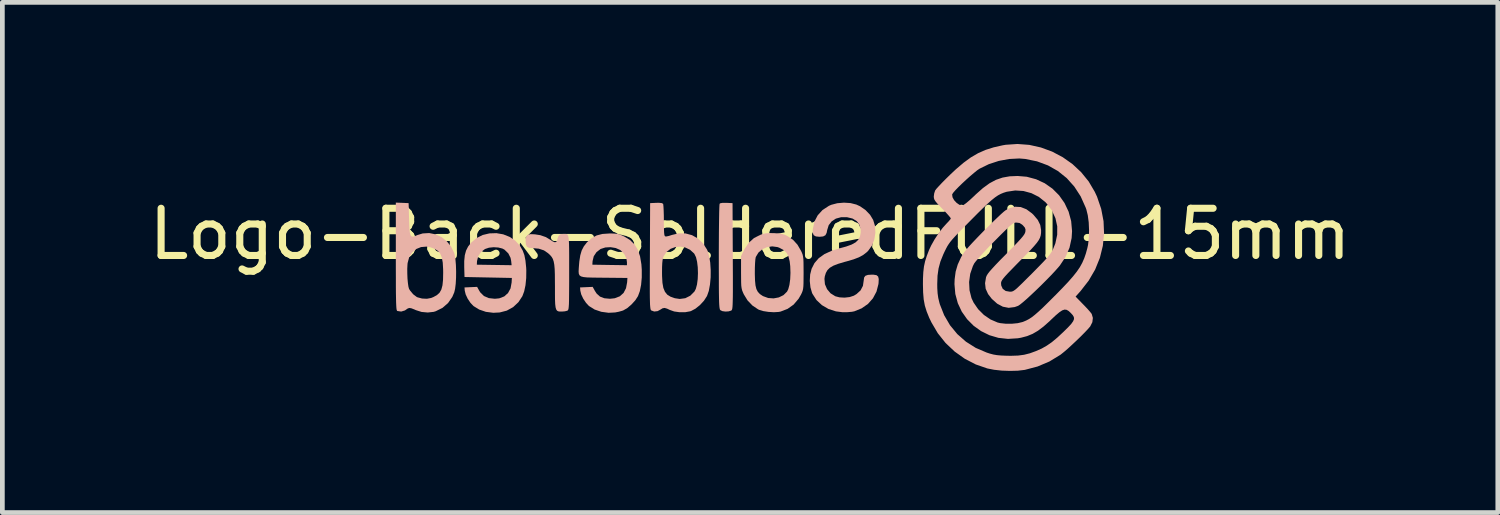
<source format=kicad_pcb>
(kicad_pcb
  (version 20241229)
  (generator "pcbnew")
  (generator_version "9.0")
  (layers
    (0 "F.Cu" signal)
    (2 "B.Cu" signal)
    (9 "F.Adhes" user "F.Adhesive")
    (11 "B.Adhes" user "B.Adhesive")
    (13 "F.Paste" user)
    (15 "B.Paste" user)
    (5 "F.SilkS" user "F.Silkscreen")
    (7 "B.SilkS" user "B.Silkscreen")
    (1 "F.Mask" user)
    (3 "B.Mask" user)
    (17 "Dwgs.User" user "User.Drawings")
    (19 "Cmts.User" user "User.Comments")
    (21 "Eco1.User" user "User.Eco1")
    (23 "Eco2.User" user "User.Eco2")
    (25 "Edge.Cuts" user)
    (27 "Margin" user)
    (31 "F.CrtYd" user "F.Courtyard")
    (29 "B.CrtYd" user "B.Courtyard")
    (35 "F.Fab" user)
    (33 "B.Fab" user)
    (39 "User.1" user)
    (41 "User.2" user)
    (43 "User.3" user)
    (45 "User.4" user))
  (footprint "Logo-Back-SolderedFULL-15mm"
    (layer "F.Cu")
    (at 12.839 2.407)
    (property "Reference" "Logo-Back-SolderedFULL-15mm" (at 0 -0.5 0) (unlocked yes) (layer "F.SilkS") (effects (font (size 1 1) (thickness 0.15))))
    (attr board_only exclude_from_pos_files exclude_from_bom)
    (fp_poly (pts (xy -0.631 -1.151) (xy -0.645 -1.14) (xy -0.648 -1.115) (xy -0.651 -1.054) (xy -0.654 -0.961) (xy -0.656 -0.838) (xy -0.658 -0.691) (xy -0.66 -0.522) (xy -0.661 -0.336) (xy -0.662 -0.135) (xy -0.662 -0.016) (xy -0.662 0.224) (xy -0.661 0.427) (xy -0.661 0.596) (xy -0.66 0.735) (xy -0.658 0.846) (xy -0.656 0.933) (xy -0.653 0.998) (xy -0.649 1.046) (xy -0.644 1.078) (xy -0.639 1.098) (xy -0.632 1.11) (xy -0.631 1.112) (xy -0.587 1.134) (xy -0.522 1.143) (xy -0.455 1.139) (xy -0.401 1.123) (xy -0.395 1.119) (xy -0.388 1.111) (xy -0.381 1.097) (xy -0.376 1.075) (xy -0.372 1.04) (xy -0.369 0.99) (xy -0.367 0.922) (xy -0.365 0.832) (xy -0.364 0.718) (xy -0.364 0.576) (xy -0.364 0.403) (xy -0.365 0.195) (xy -0.366 -0.03) (xy -0.371 -1.154) (xy -0.5 -1.16) (xy -0.583 -1.16)) (stroke (width 0) (type solid)) (fill yes) (layer "B.SilkS"))
    (fp_poly (pts (xy -3.936 -0.502) (xy -3.962 -0.502) (xy -4.02 -0.493) (xy -4.056 -0.462) (xy -4.079 -0.401) (xy -4.082 -0.386) (xy -4.101 -0.338) (xy -4.132 -0.324) (xy -4.179 -0.342) (xy -4.221 -0.371) (xy -4.325 -0.434) (xy -4.443 -0.475) (xy -4.558 -0.493) (xy -4.649 -0.497) (xy -4.708 -0.482) (xy -4.742 -0.446) (xy -4.754 -0.384) (xy -4.755 -0.358) (xy -4.749 -0.278) (xy -4.727 -0.23) (xy -4.682 -0.207) (xy -4.609 -0.201) (xy -4.475 -0.189) (xy -4.366 -0.153) (xy -4.28 -0.094) (xy -4.237 -0.055) (xy -4.203 -0.015) (xy -4.178 0.028) (xy -4.16 0.082) (xy -4.147 0.152) (xy -4.139 0.242) (xy -4.135 0.359) (xy -4.134 0.507) (xy -4.133 0.605) (xy -4.133 0.766) (xy -4.132 0.891) (xy -4.128 0.985) (xy -4.12 1.052) (xy -4.107 1.097) (xy -4.089 1.124) (xy -4.063 1.138) (xy -4.029 1.143) (xy -3.986 1.143) (xy -3.924 1.138) (xy -3.875 1.126) (xy -3.867 1.122) (xy -3.858 1.114) (xy -3.851 1.101) (xy -3.845 1.077) (xy -3.841 1.039) (xy -3.837 0.984) (xy -3.835 0.908) (xy -3.834 0.807) (xy -3.833 0.676) (xy -3.832 0.514) (xy -3.832 0.315) (xy -3.832 0.312) (xy -3.832 0.11) (xy -3.832 -0.056) (xy -3.833 -0.189) (xy -3.835 -0.293) (xy -3.839 -0.371) (xy -3.846 -0.427) (xy -3.855 -0.464) (xy -3.868 -0.487) (xy -3.886 -0.498) (xy -3.908 -0.502)) (stroke (width 0) (type solid)) (fill yes) (layer "B.SilkS"))
    (fp_poly (pts (xy -5.521 -0.513) (xy -5.664 -0.479) (xy -5.794 -0.414) (xy -5.907 -0.319) (xy -5.909 -0.316) (xy -5.973 -0.234) (xy -6.016 -0.149) (xy -6.043 -0.05) (xy -6.055 0.072) (xy -6.055 0.203) (xy -6.049 0.411) (xy -5.547 0.421) (xy -5.046 0.431) (xy -5.051 0.527) (xy -5.074 0.652) (xy -5.127 0.75) (xy -5.207 0.822) (xy -5.313 0.863) (xy -5.407 0.872) (xy -5.535 0.858) (xy -5.637 0.814) (xy -5.713 0.739) (xy -5.735 0.705) (xy -5.782 0.62) (xy -5.916 0.626) (xy -6.049 0.632) (xy -6.044 0.7) (xy -6.024 0.781) (xy -5.981 0.872) (xy -5.923 0.958) (xy -5.859 1.026) (xy -5.859 1.026) (xy -5.739 1.1) (xy -5.596 1.149) (xy -5.439 1.169) (xy -5.303 1.162) (xy -5.153 1.123) (xy -5.019 1.049) (xy -4.906 0.943) (xy -4.823 0.817) (xy -4.785 0.715) (xy -4.757 0.584) (xy -4.742 0.433) (xy -4.74 0.272) (xy -4.743 0.208) (xy -4.748 0.161) (xy -5.051 0.161) (xy -5.788 0.15) (xy -5.784 0.073) (xy -5.758 -0.029) (xy -5.7 -0.117) (xy -5.615 -0.182) (xy -5.612 -0.183) (xy -5.531 -0.21) (xy -5.433 -0.22) (xy -5.334 -0.214) (xy -5.247 -0.192) (xy -5.203 -0.169) (xy -5.121 -0.089) (xy -5.074 0.004) (xy -5.061 0.068) (xy -5.051 0.161) (xy -4.748 0.161) (xy -4.758 0.063) (xy -4.781 -0.053) (xy -4.816 -0.149) (xy -4.867 -0.238) (xy -4.873 -0.248) (xy -4.972 -0.358) (xy -5.093 -0.439) (xy -5.229 -0.493) (xy -5.374 -0.518)) (stroke (width 0) (type solid)) (fill yes) (layer "B.SilkS"))
    (fp_poly (pts (xy -3.128 -0.501) (xy -3.249 -0.47) (xy -3.352 -0.415) (xy -3.446 -0.333) (xy -3.46 -0.318) (xy -3.522 -0.237) (xy -3.567 -0.15) (xy -3.597 -0.047) (xy -3.617 0.082) (xy -3.623 0.152) (xy -3.629 0.232) (xy -3.632 0.294) (xy -3.628 0.341) (xy -3.613 0.375) (xy -3.581 0.398) (xy -3.529 0.412) (xy -3.453 0.42) (xy -3.348 0.423) (xy -3.211 0.425) (xy -3.094 0.426) (xy -2.598 0.431) (xy -2.604 0.522) (xy -2.628 0.649) (xy -2.68 0.749) (xy -2.76 0.82) (xy -2.867 0.861) (xy -2.968 0.872) (xy -3.087 0.861) (xy -3.179 0.826) (xy -3.25 0.762) (xy -3.287 0.705) (xy -3.334 0.62) (xy -3.468 0.626) (xy -3.601 0.632) (xy -3.596 0.7) (xy -3.576 0.781) (xy -3.533 0.872) (xy -3.475 0.958) (xy -3.412 1.026) (xy -3.411 1.026) (xy -3.293 1.1) (xy -3.151 1.148) (xy -2.996 1.169) (xy -2.859 1.162) (xy -2.782 1.147) (xy -2.707 1.126) (xy -2.685 1.118) (xy -2.599 1.068) (xy -2.511 0.992) (xy -2.431 0.904) (xy -2.374 0.816) (xy -2.335 0.71) (xy -2.308 0.575) (xy -2.294 0.42) (xy -2.294 0.256) (xy -2.302 0.142) (xy -2.309 0.1) (xy -2.608 0.1) (xy -2.608 0.161) (xy -2.974 0.156) (xy -3.341 0.15) (xy -3.336 0.073) (xy -3.311 -0.029) (xy -3.252 -0.117) (xy -3.167 -0.182) (xy -3.165 -0.183) (xy -3.066 -0.215) (xy -2.955 -0.221) (xy -2.846 -0.203) (xy -2.753 -0.162) (xy -2.739 -0.152) (xy -2.663 -0.071) (xy -2.618 0.026) (xy -2.608 0.1) (xy -2.309 0.1) (xy -2.331 -0.029) (xy -2.379 -0.169) (xy -2.45 -0.282) (xy -2.545 -0.374) (xy -2.664 -0.446) (xy -2.733 -0.478) (xy -2.79 -0.498) (xy -2.85 -0.507) (xy -2.926 -0.511) (xy -2.979 -0.511)) (stroke (width 0) (type solid)) (fill yes) (layer "B.SilkS"))
    (fp_poly (pts (xy 0.337 -0.515) (xy 0.272 -0.501) (xy 0.219 -0.483) (xy 0.083 -0.414) (xy -0.026 -0.316) (xy -0.114 -0.187) (xy -0.125 -0.165) (xy -0.191 -0.031) (xy -0.191 0.311) (xy -0.19 0.436) (xy -0.189 0.529) (xy -0.186 0.597) (xy -0.179 0.648) (xy -0.169 0.691) (xy -0.153 0.732) (xy -0.133 0.777) (xy -0.054 0.906) (xy 0.051 1.016) (xy 0.172 1.097) (xy 0.194 1.107) (xy 0.28 1.133) (xy 0.389 1.15) (xy 0.503 1.157) (xy 0.606 1.151) (xy 0.647 1.143) (xy 0.795 1.086) (xy 0.923 0.995) (xy 1.028 0.872) (xy 1.079 0.784) (xy 1.099 0.742) (xy 1.113 0.705) (xy 1.123 0.664) (xy 1.129 0.613) (xy 1.132 0.545) (xy 1.133 0.451) (xy 1.134 0.324) (xy 1.134 0.324) (xy 0.856 0.324) (xy 0.85 0.459) (xy 0.834 0.577) (xy 0.809 0.67) (xy 0.783 0.721) (xy 0.708 0.795) (xy 0.61 0.843) (xy 0.499 0.864) (xy 0.384 0.856) (xy 0.277 0.817) (xy 0.266 0.811) (xy 0.207 0.771) (xy 0.164 0.724) (xy 0.134 0.666) (xy 0.115 0.588) (xy 0.105 0.485) (xy 0.101 0.35) (xy 0.101 0.317) (xy 0.102 0.211) (xy 0.106 0.115) (xy 0.112 0.039) (xy 0.12 -0.009) (xy 0.122 -0.014) (xy 0.177 -0.106) (xy 0.259 -0.176) (xy 0.359 -0.221) (xy 0.469 -0.238) (xy 0.581 -0.223) (xy 0.617 -0.21) (xy 0.706 -0.163) (xy 0.77 -0.104) (xy 0.813 -0.026) (xy 0.839 0.079) (xy 0.851 0.181) (xy 0.856 0.324) (xy 1.134 0.324) (xy 1.134 0.321) (xy 1.133 0.193) (xy 1.132 0.098) (xy 1.129 0.028) (xy 1.122 -0.024) (xy 1.113 -0.065) (xy 1.098 -0.104) (xy 1.081 -0.141) (xy 1.004 -0.274) (xy 0.91 -0.377) (xy 0.799 -0.452) (xy 0.738 -0.482) (xy 0.68 -0.5) (xy 0.61 -0.511) (xy 0.515 -0.518) (xy 0.512 -0.518) (xy 0.412 -0.52)) (stroke (width 0) (type solid)) (fill yes) (layer "B.SilkS"))
    (fp_poly (pts (xy -7.504 -0.023) (xy -7.504 0.222) (xy -7.503 0.429) (xy -7.503 0.603) (xy -7.502 0.745) (xy -7.5 0.86) (xy -7.498 0.949) (xy -7.495 1.017) (xy -7.492 1.065) (xy -7.488 1.098) (xy -7.482 1.118) (xy -7.476 1.129) (xy -7.472 1.131) (xy -7.39 1.143) (xy -7.311 1.119) (xy -7.288 1.103) (xy -7.25 1.077) (xy -7.216 1.067) (xy -7.174 1.074) (xy -7.112 1.098) (xy -7.079 1.113) (xy -6.959 1.151) (xy -6.828 1.163) (xy -6.701 1.149) (xy -6.659 1.136) (xy -6.516 1.065) (xy -6.398 0.963) (xy -6.308 0.833) (xy -6.266 0.736) (xy -6.248 0.658) (xy -6.235 0.551) (xy -6.228 0.424) (xy -6.227 0.32) (xy -6.501 0.32) (xy -6.504 0.471) (xy -6.516 0.588) (xy -6.54 0.677) (xy -6.578 0.744) (xy -6.634 0.795) (xy -6.709 0.836) (xy -6.756 0.855) (xy -6.846 0.872) (xy -6.948 0.867) (xy -7.042 0.842) (xy -7.062 0.833) (xy -7.136 0.777) (xy -7.202 0.698) (xy -7.224 0.662) (xy -7.237 0.616) (xy -7.248 0.539) (xy -7.257 0.444) (xy -7.261 0.339) (xy -7.262 0.236) (xy -7.257 0.144) (xy -7.254 0.114) (xy -7.221 -0.008) (xy -7.159 -0.108) (xy -7.074 -0.181) (xy -6.97 -0.223) (xy -6.854 -0.233) (xy -6.775 -0.219) (xy -6.684 -0.187) (xy -6.615 -0.144) (xy -6.564 -0.084) (xy -6.53 -0.002) (xy -6.51 0.106) (xy -6.502 0.247) (xy -6.501 0.32) (xy -6.227 0.32) (xy -6.227 0.29) (xy -6.231 0.158) (xy -6.241 0.039) (xy -6.256 -0.057) (xy -6.266 -0.096) (xy -6.333 -0.233) (xy -6.425 -0.347) (xy -6.536 -0.435) (xy -6.662 -0.493) (xy -6.797 -0.52) (xy -6.934 -0.512) (xy -7.046 -0.478) (xy -7.101 -0.455) (xy -7.143 -0.445) (xy -7.173 -0.45) (xy -7.193 -0.476) (xy -7.206 -0.527) (xy -7.215 -0.607) (xy -7.22 -0.719) (xy -7.223 -0.815) (xy -7.233 -1.154) (xy -7.368 -1.16) (xy -7.504 -1.165)) (stroke (width 0) (type solid)) (fill yes) (layer "B.SilkS"))
    (fp_poly (pts (xy -1.988 -1.16) (xy -2.117 -1.154) (xy -2.122 -0.03) (xy -2.123 0.212) (xy -2.124 0.416) (xy -2.124 0.587) (xy -2.124 0.727) (xy -2.123 0.84) (xy -2.121 0.928) (xy -2.119 0.995) (xy -2.115 1.043) (xy -2.111 1.077) (xy -2.106 1.099) (xy -2.1 1.112) (xy -2.093 1.119) (xy -2.031 1.142) (xy -1.959 1.134) (xy -1.901 1.103) (xy -1.854 1.074) (xy -1.81 1.066) (xy -1.756 1.082) (xy -1.701 1.108) (xy -1.608 1.141) (xy -1.494 1.157) (xy -1.376 1.157) (xy -1.27 1.138) (xy -1.249 1.131) (xy -1.157 1.082) (xy -1.062 1.006) (xy -0.977 0.914) (xy -0.915 0.818) (xy -0.912 0.813) (xy -0.874 0.706) (xy -0.849 0.571) (xy -0.835 0.419) (xy -0.834 0.331) (xy -1.104 0.331) (xy -1.109 0.455) (xy -1.124 0.569) (xy -1.149 0.662) (xy -1.177 0.717) (xy -1.266 0.807) (xy -1.372 0.86) (xy -1.49 0.876) (xy -1.595 0.86) (xy -1.685 0.828) (xy -1.754 0.785) (xy -1.803 0.724) (xy -1.837 0.642) (xy -1.856 0.534) (xy -1.864 0.393) (xy -1.865 0.321) (xy -1.864 0.203) (xy -1.86 0.116) (xy -1.853 0.052) (xy -1.842 0.004) (xy -1.828 -0.032) (xy -1.767 -0.122) (xy -1.683 -0.186) (xy -1.584 -0.223) (xy -1.477 -0.232) (xy -1.37 -0.213) (xy -1.271 -0.165) (xy -1.187 -0.089) (xy -1.178 -0.076) (xy -1.145 -0.008) (xy -1.122 0.089) (xy -1.108 0.205) (xy -1.104 0.331) (xy -0.834 0.331) (xy -0.834 0.26) (xy -0.844 0.105) (xy -0.867 -0.035) (xy -0.903 -0.15) (xy -0.913 -0.172) (xy -0.997 -0.302) (xy -1.104 -0.404) (xy -1.229 -0.475) (xy -1.367 -0.512) (xy -1.512 -0.514) (xy -1.655 -0.48) (xy -1.72 -0.459) (xy -1.773 -0.448) (xy -1.797 -0.449) (xy -1.808 -0.46) (xy -1.816 -0.487) (xy -1.821 -0.534) (xy -1.824 -0.608) (xy -1.826 -0.714) (xy -1.826 -0.787) (xy -1.827 -0.899) (xy -1.83 -0.997) (xy -1.834 -1.075) (xy -1.839 -1.126) (xy -1.843 -1.14) (xy -1.871 -1.155) (xy -1.932 -1.161)) (stroke (width 0) (type solid)) (fill yes) (layer "B.SilkS"))
    (fp_poly (pts (xy 1.848 -1.152) (xy 1.722 -1.119) (xy 1.671 -1.097) (xy 1.535 -1.008) (xy 1.433 -0.896) (xy 1.364 -0.764) (xy 1.33 -0.609) (xy 1.329 -0.607) (xy 1.328 -0.526) (xy 1.347 -0.475) (xy 1.393 -0.449) (xy 1.47 -0.441) (xy 1.47 -0.441) (xy 1.547 -0.448) (xy 1.595 -0.473) (xy 1.622 -0.523) (xy 1.634 -0.584) (xy 1.666 -0.687) (xy 1.729 -0.768) (xy 1.818 -0.826) (xy 1.929 -0.856) (xy 2.053 -0.856) (xy 2.172 -0.827) (xy 2.261 -0.772) (xy 2.318 -0.693) (xy 2.343 -0.592) (xy 2.343 -0.528) (xy 2.328 -0.446) (xy 2.293 -0.379) (xy 2.236 -0.323) (xy 2.151 -0.276) (xy 2.034 -0.234) (xy 1.918 -0.203) (xy 1.729 -0.145) (xy 1.575 -0.074) (xy 1.455 0.012) (xy 1.365 0.116) (xy 1.304 0.236) (xy 1.273 0.358) (xy 1.265 0.494) (xy 1.279 0.629) (xy 1.313 0.748) (xy 1.322 0.767) (xy 1.407 0.899) (xy 1.522 1.007) (xy 1.661 1.088) (xy 1.819 1.139) (xy 1.952 1.156) (xy 2.06 1.156) (xy 2.156 1.148) (xy 2.208 1.138) (xy 2.365 1.074) (xy 2.498 0.981) (xy 2.603 0.862) (xy 2.678 0.721) (xy 2.719 0.563) (xy 2.722 0.539) (xy 2.726 0.454) (xy 2.713 0.401) (xy 2.678 0.372) (xy 2.616 0.362) (xy 2.584 0.361) (xy 2.498 0.366) (xy 2.443 0.385) (xy 2.416 0.422) (xy 2.408 0.481) (xy 2.408 0.481) (xy 2.391 0.598) (xy 2.341 0.694) (xy 2.256 0.772) (xy 2.198 0.807) (xy 2.109 0.836) (xy 2.002 0.848) (xy 1.895 0.842) (xy 1.806 0.819) (xy 1.705 0.756) (xy 1.631 0.668) (xy 1.586 0.564) (xy 1.576 0.451) (xy 1.583 0.398) (xy 1.606 0.324) (xy 1.64 0.264) (xy 1.69 0.215) (xy 1.763 0.172) (xy 1.863 0.133) (xy 1.996 0.093) (xy 2.049 0.079) (xy 2.193 0.037) (xy 2.305 -0.006) (xy 2.394 -0.054) (xy 2.468 -0.111) (xy 2.502 -0.144) (xy 2.582 -0.255) (xy 2.633 -0.386) (xy 2.655 -0.528) (xy 2.646 -0.672) (xy 2.608 -0.798) (xy 2.542 -0.907) (xy 2.446 -1.007) (xy 2.331 -1.087) (xy 2.251 -1.124) (xy 2.128 -1.155) (xy 1.989 -1.164)) (stroke (width 0) (type solid)) (fill yes) (layer "B.SilkS"))
    (fp_poly (pts (xy 5.415 -2.39) (xy 5.351 -2.379) (xy 5.161 -2.336) (xy 4.99 -2.282) (xy 4.831 -2.212) (xy 4.678 -2.123) (xy 4.522 -2.009) (xy 4.358 -1.869) (xy 4.239 -1.757) (xy 4.148 -1.668) (xy 4.066 -1.585) (xy 3.998 -1.513) (xy 3.948 -1.458) (xy 3.922 -1.424) (xy 3.921 -1.422) (xy 3.901 -1.362) (xy 3.892 -1.295) (xy 3.892 -1.292) (xy 3.895 -1.259) (xy 3.906 -1.226) (xy 3.93 -1.189) (xy 3.972 -1.139) (xy 4.037 -1.071) (xy 4.073 -1.034) (xy 4.141 -0.964) (xy 4.197 -0.902) (xy 4.236 -0.856) (xy 4.253 -0.832) (xy 4.253 -0.831) (xy 4.24 -0.807) (xy 4.205 -0.766) (xy 4.162 -0.721) (xy 4.08 -0.63) (xy 3.993 -0.514) (xy 3.909 -0.386) (xy 3.837 -0.258) (xy 3.794 -0.167) (xy 3.744 -0.037) (xy 3.708 0.077) (xy 3.684 0.187) (xy 3.67 0.306) (xy 3.663 0.445) (xy 3.662 0.562) (xy 3.666 0.737) (xy 3.678 0.884) (xy 3.702 1.015) (xy 3.741 1.141) (xy 3.795 1.275) (xy 3.843 1.374) (xy 3.977 1.602) (xy 4.142 1.809) (xy 4.334 1.99) (xy 4.549 2.143) (xy 4.781 2.263) (xy 5.026 2.348) (xy 5.168 2.376) (xy 5.332 2.394) (xy 5.505 2.4) (xy 5.67 2.396) (xy 5.814 2.379) (xy 5.821 2.378) (xy 6.09 2.307) (xy 6.341 2.201) (xy 6.574 2.059) (xy 6.592 2.045) (xy 6.653 1.996) (xy 6.732 1.928) (xy 6.821 1.846) (xy 6.916 1.757) (xy 7.008 1.668) (xy 7.09 1.585) (xy 7.157 1.514) (xy 7.202 1.462) (xy 7.206 1.457) (xy 7.251 1.368) (xy 7.259 1.301) (xy 6.863 1.301) (xy 6.844 1.348) (xy 6.802 1.407) (xy 6.733 1.481) (xy 6.636 1.576) (xy 6.635 1.577) (xy 6.506 1.697) (xy 6.393 1.791) (xy 6.286 1.865) (xy 6.179 1.926) (xy 6.061 1.978) (xy 6.057 1.98) (xy 5.928 2.027) (xy 5.806 2.058) (xy 5.679 2.075) (xy 5.533 2.08) (xy 5.437 2.079) (xy 5.32 2.074) (xy 5.23 2.066) (xy 5.154 2.053) (xy 5.078 2.033) (xy 5.011 2.011) (xy 4.78 1.912) (xy 4.573 1.781) (xy 4.39 1.62) (xy 4.236 1.433) (xy 4.112 1.221) (xy 4.02 0.988) (xy 4.01 0.952) (xy 3.987 0.856) (xy 3.973 0.759) (xy 3.966 0.648) (xy 3.965 0.562) (xy 3.971 0.384) (xy 3.993 0.23) (xy 4.032 0.084) (xy 4.094 -0.07) (xy 4.127 -0.14) (xy 4.154 -0.194) (xy 4.179 -0.241) (xy 4.207 -0.285) (xy 4.24 -0.331) (xy 4.282 -0.382) (xy 4.337 -0.443) (xy 4.408 -0.519) (xy 4.499 -0.612) (xy 4.613 -0.727) (xy 4.68 -0.795) (xy 4.821 -0.937) (xy 4.939 -1.053) (xy 5.037 -1.146) (xy 5.119 -1.219) (xy 5.19 -1.276) (xy 5.252 -1.318) (xy 5.31 -1.349) (xy 5.368 -1.373) (xy 5.43 -1.393) (xy 5.444 -1.396) (xy 5.617 -1.422) (xy 5.791 -1.411) (xy 5.96 -1.365) (xy 6.117 -1.286) (xy 6.254 -1.177) (xy 6.28 -1.149) (xy 6.394 -0.998) (xy 6.469 -0.834) (xy 6.507 -0.662) (xy 6.506 -0.483) (xy 6.467 -0.301) (xy 6.42 -0.183) (xy 6.397 -0.139) (xy 6.369 -0.094) (xy 6.333 -0.045) (xy 6.284 0.013) (xy 6.219 0.084) (xy 6.133 0.173) (xy 6.025 0.283) (xy 5.973 0.336) (xy 5.858 0.45) (xy 5.768 0.54) (xy 5.698 0.607) (xy 5.646 0.656) (xy 5.606 0.688) (xy 5.575 0.708) (xy 5.55 0.718) (xy 5.526 0.722) (xy 5.501 0.722) (xy 5.415 0.707) (xy 5.353 0.662) (xy 5.321 0.592) (xy 5.317 0.55) (xy 5.318 0.526) (xy 5.325 0.503) (xy 5.34 0.475) (xy 5.366 0.439) (xy 5.406 0.392) (xy 5.464 0.329) (xy 5.543 0.248) (xy 5.644 0.144) (xy 5.715 0.072) (xy 5.841 -0.056) (xy 5.941 -0.16) (xy 6.018 -0.245) (xy 6.076 -0.314) (xy 6.116 -0.371) (xy 6.142 -0.422) (xy 6.157 -0.47) (xy 6.164 -0.52) (xy 6.165 -0.575) (xy 6.165 -0.583) (xy 6.147 -0.692) (xy 6.095 -0.798) (xy 6.005 -0.905) (xy 5.972 -0.937) (xy 5.854 -1.024) (xy 5.734 -1.071) (xy 5.613 -1.078) (xy 5.492 -1.046) (xy 5.412 -1.002) (xy 5.374 -0.972) (xy 5.313 -0.918) (xy 5.234 -0.843) (xy 5.14 -0.753) (xy 5.038 -0.652) (xy 4.933 -0.547) (xy 4.81 -0.42) (xy 4.712 -0.317) (xy 4.635 -0.233) (xy 4.576 -0.165) (xy 4.531 -0.106) (xy 4.496 -0.054) (xy 4.47 -0.008) (xy 4.399 0.147) (xy 4.355 0.297) (xy 4.334 0.458) (xy 4.33 0.562) (xy 4.348 0.77) (xy 4.401 0.966) (xy 4.485 1.145) (xy 4.598 1.305) (xy 4.736 1.444) (xy 4.894 1.557) (xy 5.071 1.644) (xy 5.261 1.7) (xy 5.463 1.722) (xy 5.671 1.709) (xy 5.74 1.697) (xy 5.869 1.663) (xy 5.986 1.615) (xy 6.099 1.549) (xy 6.217 1.46) (xy 6.348 1.344) (xy 6.373 1.319) (xy 6.473 1.225) (xy 6.551 1.159) (xy 6.612 1.118) (xy 6.662 1.101) (xy 6.706 1.106) (xy 6.749 1.131) (xy 6.793 1.172) (xy 6.835 1.218) (xy 6.859 1.259) (xy 6.863 1.301) (xy 7.259 1.301) (xy 7.262 1.278) (xy 7.238 1.196) (xy 7.23 1.183) (xy 7.202 1.148) (xy 7.154 1.093) (xy 7.092 1.027) (xy 7.046 0.98) (xy 6.896 0.826) (xy 7.001 0.709) (xy 7.173 0.488) (xy 7.31 0.253) (xy 7.41 0.006) (xy 7.473 -0.249) (xy 7.499 -0.509) (xy 7.496 -0.583) (xy 7.181 -0.583) (xy 7.177 -0.421) (xy 7.16 -0.272) (xy 7.145 -0.202) (xy 7.114 -0.088) (xy 7.079 0.014) (xy 7.037 0.11) (xy 6.986 0.203) (xy 6.921 0.298) (xy 6.839 0.401) (xy 6.738 0.516) (xy 6.613 0.648) (xy 6.463 0.802) (xy 6.45 0.814) (xy 6.315 0.949) (xy 6.204 1.058) (xy 6.111 1.144) (xy 6.034 1.211) (xy 5.968 1.263) (xy 5.908 1.302) (xy 5.851 1.332) (xy 5.792 1.357) (xy 5.77 1.365) (xy 5.669 1.389) (xy 5.546 1.401) (xy 5.418 1.401) (xy 5.299 1.388) (xy 5.244 1.375) (xy 5.093 1.31) (xy 4.953 1.214) (xy 4.831 1.092) (xy 4.735 0.952) (xy 4.691 0.859) (xy 4.649 0.693) (xy 4.64 0.518) (xy 4.664 0.343) (xy 4.72 0.18) (xy 4.748 0.124) (xy 4.777 0.085) (xy 4.83 0.022) (xy 4.902 -0.059) (xy 4.99 -0.154) (xy 5.088 -0.258) (xy 5.185 -0.356) (xy 5.299 -0.471) (xy 5.39 -0.561) (xy 5.459 -0.628) (xy 5.512 -0.677) (xy 5.552 -0.709) (xy 5.582 -0.729) (xy 5.608 -0.739) (xy 5.631 -0.742) (xy 5.644 -0.742) (xy 5.709 -0.733) (xy 5.764 -0.698) (xy 5.782 -0.681) (xy 5.821 -0.636) (xy 5.835 -0.595) (xy 5.832 -0.548) (xy 5.824 -0.522) (xy 5.808 -0.491) (xy 5.78 -0.452) (xy 5.737 -0.401) (xy 5.676 -0.334) (xy 5.594 -0.248) (xy 5.488 -0.14) (xy 5.422 -0.072) (xy 5.299 0.052) (xy 5.203 0.152) (xy 5.129 0.232) (xy 5.075 0.293) (xy 5.038 0.341) (xy 5.014 0.379) (xy 5.001 0.41) (xy 4.999 0.414) (xy 4.978 0.542) (xy 4.991 0.66) (xy 5.042 0.772) (xy 5.121 0.874) (xy 5.235 0.976) (xy 5.355 1.04) (xy 5.478 1.064) (xy 5.605 1.048) (xy 5.678 1.022) (xy 5.719 0.995) (xy 5.782 0.944) (xy 5.864 0.873) (xy 5.958 0.786) (xy 6.061 0.689) (xy 6.167 0.586) (xy 6.272 0.481) (xy 6.371 0.38) (xy 6.459 0.286) (xy 6.531 0.205) (xy 6.563 0.167) (xy 6.683 -0.014) (xy 6.767 -0.209) (xy 6.812 -0.415) (xy 6.821 -0.561) (xy 6.802 -0.774) (xy 6.748 -0.973) (xy 6.661 -1.157) (xy 6.546 -1.32) (xy 6.405 -1.461) (xy 6.242 -1.575) (xy 6.059 -1.66) (xy 5.861 -1.713) (xy 5.668 -1.729) (xy 5.499 -1.722) (xy 5.348 -1.695) (xy 5.208 -1.647) (xy 5.072 -1.574) (xy 4.932 -1.472) (xy 4.781 -1.338) (xy 4.762 -1.319) (xy 4.66 -1.224) (xy 4.58 -1.156) (xy 4.523 -1.115) (xy 4.494 -1.103) (xy 4.434 -1.119) (xy 4.375 -1.16) (xy 4.323 -1.216) (xy 4.289 -1.277) (xy 4.281 -1.333) (xy 4.283 -1.343) (xy 4.304 -1.375) (xy 4.35 -1.428) (xy 4.414 -1.494) (xy 4.492 -1.57) (xy 4.576 -1.648) (xy 4.662 -1.725) (xy 4.742 -1.793) (xy 4.811 -1.849) (xy 4.863 -1.884) (xy 5.057 -1.979) (xy 5.268 -2.048) (xy 5.488 -2.089) (xy 5.704 -2.1) (xy 5.827 -2.09) (xy 6.079 -2.039) (xy 6.311 -1.953) (xy 6.521 -1.834) (xy 6.708 -1.684) (xy 6.869 -1.504) (xy 7.004 -1.296) (xy 7.109 -1.061) (xy 7.123 -1.023) (xy 7.154 -0.897) (xy 7.174 -0.747) (xy 7.181 -0.583) (xy 7.496 -0.583) (xy 7.488 -0.772) (xy 7.438 -1.033) (xy 7.35 -1.291) (xy 7.302 -1.394) (xy 7.173 -1.613) (xy 7.014 -1.809) (xy 6.829 -1.982) (xy 6.622 -2.128) (xy 6.398 -2.246) (xy 6.161 -2.333) (xy 5.915 -2.388) (xy 5.665 -2.407)) (stroke (width 0) (type solid)) (fill yes) (layer "B.SilkS")))
  (gr_rect
    (start -3 -3)
    (end 28.679 7.808)
    (stroke (width 0.1) (type default))
    (fill no)
    (layer "Edge.Cuts")))
</source>
